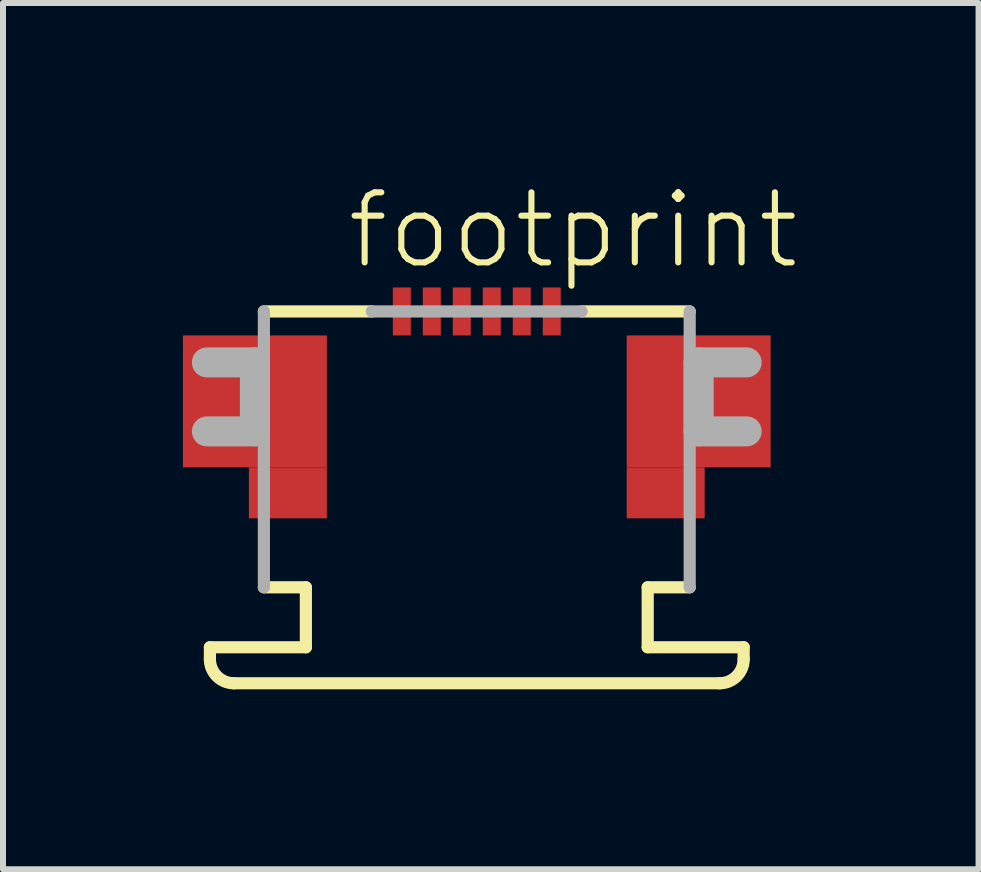
<source format=kicad_pcb>
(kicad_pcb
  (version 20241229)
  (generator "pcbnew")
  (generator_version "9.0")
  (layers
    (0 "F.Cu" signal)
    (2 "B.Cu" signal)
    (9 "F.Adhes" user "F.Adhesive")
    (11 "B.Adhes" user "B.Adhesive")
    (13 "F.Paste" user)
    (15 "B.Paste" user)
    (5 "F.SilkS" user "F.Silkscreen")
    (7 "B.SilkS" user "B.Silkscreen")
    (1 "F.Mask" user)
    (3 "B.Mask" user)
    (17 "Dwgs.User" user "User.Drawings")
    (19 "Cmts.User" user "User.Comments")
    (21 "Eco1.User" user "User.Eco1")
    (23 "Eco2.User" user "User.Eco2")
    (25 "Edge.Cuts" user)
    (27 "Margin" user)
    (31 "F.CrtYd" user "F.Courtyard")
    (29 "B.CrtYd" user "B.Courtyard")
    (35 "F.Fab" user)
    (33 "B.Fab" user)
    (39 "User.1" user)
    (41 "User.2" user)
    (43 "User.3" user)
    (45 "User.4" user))
  (footprint "footprint"
    (layer "F.Cu")
    (at 4.9 2.743)
    (property "Reference" "footprint" (at -2.215 -1.27 0) (layer "F.SilkS") (effects (font (size 1.168 1.168) (thickness 0.102)) (justify left bottom)))
    (fp_poly (pts (xy -4.9 2) (xy -2.5 2) (xy -2.5 -0.2) (xy -4.9 -0.2)) (stroke (width 0) (type solid)) (fill yes) (layer "F.Cu"))
    (fp_poly (pts (xy -3.8 2.85) (xy -2.5 2.85) (xy -2.5 2) (xy -3.8 2)) (stroke (width 0) (type solid)) (fill yes) (layer "F.Cu"))
    (fp_poly (pts (xy 2.5 2) (xy 4.9 2) (xy 4.9 -0.2) (xy 2.5 -0.2)) (stroke (width 0) (type solid)) (fill yes) (layer "F.Cu"))
    (fp_poly (pts (xy 2.5 2.85) (xy 3.8 2.85) (xy 3.8 2) (xy 2.5 2)) (stroke (width 0) (type solid)) (fill yes) (layer "F.Cu"))
    (fp_poly (pts (xy -4.9 2) (xy -2.5 2) (xy -2.5 -0.2) (xy -4.9 -0.2)) (stroke (width 0) (type solid)) (fill yes) (layer "F.Mask"))
    (fp_poly (pts (xy -3.8 2.85) (xy -2.5 2.85) (xy -2.5 2) (xy -3.8 2)) (stroke (width 0) (type solid)) (fill yes) (layer "F.Mask"))
    (fp_poly (pts (xy -1.425 -0.175) (xy -1.075 -0.175) (xy -1.075 -1.025) (xy -1.425 -1.025)) (stroke (width 0) (type solid)) (fill yes) (layer "F.Mask"))
    (fp_poly (pts (xy -0.925 -0.175) (xy -0.575 -0.175) (xy -0.575 -1.025) (xy -0.925 -1.025)) (stroke (width 0) (type solid)) (fill yes) (layer "F.Mask"))
    (fp_poly (pts (xy -0.425 -0.175) (xy -0.075 -0.175) (xy -0.075 -1.025) (xy -0.425 -1.025)) (stroke (width 0) (type solid)) (fill yes) (layer "F.Mask"))
    (fp_poly (pts (xy 0.075 -0.175) (xy 0.425 -0.175) (xy 0.425 -1.025) (xy 0.075 -1.025)) (stroke (width 0) (type solid)) (fill yes) (layer "F.Mask"))
    (fp_poly (pts (xy 0.575 -0.175) (xy 0.925 -0.175) (xy 0.925 -1.025) (xy 0.575 -1.025)) (stroke (width 0) (type solid)) (fill yes) (layer "F.Mask"))
    (fp_poly (pts (xy 1.075 -0.175) (xy 1.425 -0.175) (xy 1.425 -1.025) (xy 1.075 -1.025)) (stroke (width 0) (type solid)) (fill yes) (layer "F.Mask"))
    (fp_poly (pts (xy 2.5 2) (xy 4.9 2) (xy 4.9 -0.2) (xy 2.5 -0.2)) (stroke (width 0) (type solid)) (fill yes) (layer "F.Mask"))
    (fp_poly (pts (xy 2.5 2.85) (xy 3.8 2.85) (xy 3.8 2) (xy 2.5 2)) (stroke (width 0) (type solid)) (fill yes) (layer "F.Mask"))
    (fp_line (start -4.45 5) (end -2.85 5) (stroke (width 0.203) (type solid)) (layer "F.SilkS"))
    (fp_line (start -4.45 5.2) (end -4.45 5) (stroke (width 0.203) (type solid)) (layer "F.SilkS"))
    (fp_line (start -3.55 -0.6) (end -1.75 -0.6) (stroke (width 0.203) (type solid)) (layer "F.SilkS"))
    (fp_line (start -2.85 4) (end -3.55 4) (stroke (width 0.203) (type solid)) (layer "F.SilkS"))
    (fp_line (start -2.85 5) (end -2.85 4) (stroke (width 0.203) (type solid)) (layer "F.SilkS"))
    (fp_line (start 1.75 -0.6) (end 3.55 -0.6) (stroke (width 0.203) (type solid)) (layer "F.SilkS"))
    (fp_line (start 2.85 4) (end 2.85 5) (stroke (width 0.203) (type solid)) (layer "F.SilkS"))
    (fp_line (start 2.85 5) (end 4.45 5) (stroke (width 0.203) (type solid)) (layer "F.SilkS"))
    (fp_line (start 3.55 4) (end 2.85 4) (stroke (width 0.203) (type solid)) (layer "F.SilkS"))
    (fp_line (start 4.05 5.6) (end -4.05 5.6) (stroke (width 0.203) (type solid)) (layer "F.SilkS"))
    (fp_line (start 4.45 5) (end 4.45 5.2) (stroke (width 0.203) (type solid)) (layer "F.SilkS"))
    (fp_arc (start -4.05 5.6) (mid -4.332843 5.482843) (end -4.45 5.2) (stroke (width 0.2032) (type solid)) (layer "F.SilkS"))
    (fp_arc (start 4.45 5.2) (mid 4.332843 5.482843) (end 4.05 5.6) (stroke (width 0.2032) (type solid)) (layer "F.SilkS"))
    (fp_poly (pts (xy -4.775 1.9) (xy -2.6 1.9) (xy -2.6 -0.075) (xy -4.775 -0.075)) (stroke (width 0) (type solid)) (fill yes) (layer "F.Paste"))
    (fp_poly (pts (xy -3.7 2.75) (xy -2.6 2.75) (xy -2.6 1.9) (xy -3.7 1.9)) (stroke (width 0) (type solid)) (fill yes) (layer "F.Paste"))
    (fp_poly (pts (xy 2.6 1.9) (xy 4.775 1.9) (xy 4.775 -0.075) (xy 2.6 -0.075)) (stroke (width 0) (type solid)) (fill yes) (layer "F.Paste"))
    (fp_poly (pts (xy 2.6 2.75) (xy 3.7 2.75) (xy 3.7 1.9) (xy 2.6 1.9)) (stroke (width 0) (type solid)) (fill yes) (layer "F.Paste"))
    (fp_line (start -4.5 0.25) (end -3.7 0.25) (stroke (width 0.5) (type solid)) (layer "F.Fab"))
    (fp_line (start -3.7 0.25) (end -3.7 1.4) (stroke (width 0.5) (type solid)) (layer "F.Fab"))
    (fp_line (start -3.7 1.4) (end -4.5 1.4) (stroke (width 0.5) (type solid)) (layer "F.Fab"))
    (fp_line (start -3.55 4) (end -3.55 -0.6) (stroke (width 0.203) (type solid)) (layer "F.Fab"))
    (fp_line (start -1.75 -0.6) (end 1.75 -0.6) (stroke (width 0.203) (type solid)) (layer "F.Fab"))
    (fp_line (start 3.55 -0.6) (end 3.55 4) (stroke (width 0.203) (type solid)) (layer "F.Fab"))
    (fp_line (start 3.7 0.25) (end 4.5 0.25) (stroke (width 0.5) (type solid)) (layer "F.Fab"))
    (fp_line (start 3.7 1.4) (end 3.7 0.25) (stroke (width 0.5) (type solid)) (layer "F.Fab"))
    (fp_line (start 4.5 1.4) (end 3.7 1.4) (stroke (width 0.5) (type solid)) (layer "F.Fab"))
    (pad "1" smd rect (at -1.25 -0.6) (size 0.3 0.8) (layers "F.Cu" "F.Paste"))
    (pad "2" smd rect (at -0.75 -0.6) (size 0.3 0.8) (layers "F.Cu" "F.Paste"))
    (pad "3" smd rect (at -0.25 -0.6) (size 0.3 0.8) (layers "F.Cu" "F.Paste"))
    (pad "4" smd rect (at 0.25 -0.6) (size 0.3 0.8) (layers "F.Cu" "F.Paste"))
    (pad "5" smd rect (at 0.75 -0.6) (size 0.3 0.8) (layers "F.Cu" "F.Paste"))
    (pad "6" smd rect (at 1.25 -0.6) (size 0.3 0.8) (layers "F.Cu" "F.Paste")))
  (gr_rect
    (start -3 -3)
    (end 13.267 11.445)
    (stroke (width 0.1) (type default))
    (fill no)
    (layer "Edge.Cuts")))
</source>
